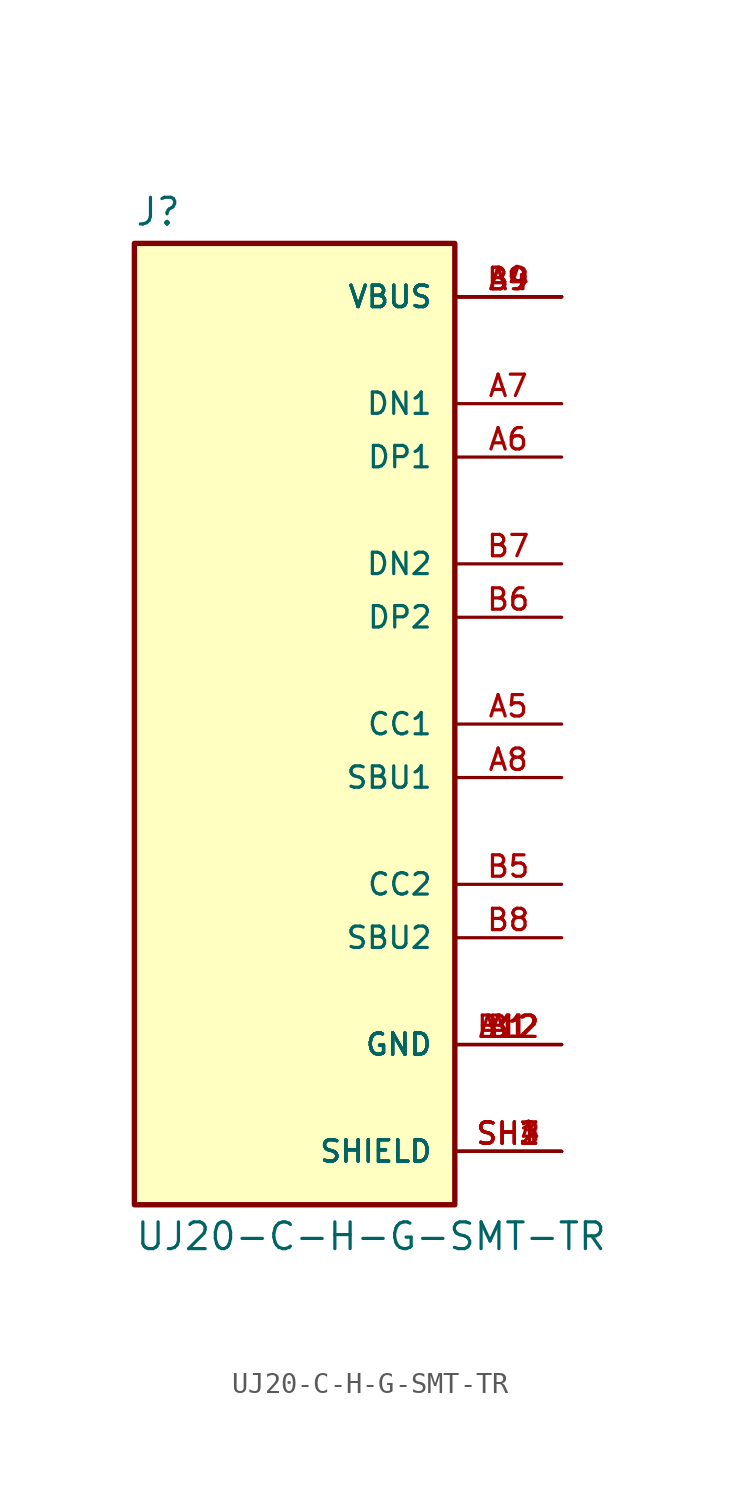
<source format=kicad_sym>
(kicad_symbol_lib
  (version 20211014)
  (generator kicad_symbol_editor)
  (symbol "UJ20-C-H-G-SMT-TR"
    (pin_names
      (offset 1.016))
    (property "Reference" "J"
      (at -7.62 23.622 0)
      (effects (font (size 1.27 1.27)) (justify bottom left)))
    (property "Value" "UJ20-C-H-G-SMT-TR"
      (at -7.62 -23.622 0)
      (effects (font (size 1.27 1.27)) (justify top left)))
    (symbol "UJ20-C-H-G-SMT-TR_0_0"
      (rectangle (start -7.62 -22.86) (end 7.62 22.86) (stroke (width 0.254)) (fill (type background)))
      (pin power_in line (at 12.7 20.32 180.0) (length 5.08) (name "VBUS" (effects (font (size 1.016 1.016)))) (number "A4" (effects (font (size 1.016 1.016)))))
      (pin power_in line (at 12.7 20.32 180.0) (length 5.08) (name "VBUS" (effects (font (size 1.016 1.016)))) (number "A9" (effects (font (size 1.016 1.016)))))
      (pin power_in line (at 12.7 20.32 180.0) (length 5.08) (name "VBUS" (effects (font (size 1.016 1.016)))) (number "B4" (effects (font (size 1.016 1.016)))))
      (pin power_in line (at 12.7 20.32 180.0) (length 5.08) (name "VBUS" (effects (font (size 1.016 1.016)))) (number "B9" (effects (font (size 1.016 1.016)))))
      (pin passive line (at 12.7 -20.32 180.0) (length 5.08) (name "SHIELD" (effects (font (size 1.016 1.016)))) (number "SH1" (effects (font (size 1.016 1.016)))))
      (pin passive line (at 12.7 -20.32 180.0) (length 5.08) (name "SHIELD" (effects (font (size 1.016 1.016)))) (number "SH2" (effects (font (size 1.016 1.016)))))
      (pin passive line (at 12.7 -20.32 180.0) (length 5.08) (name "SHIELD" (effects (font (size 1.016 1.016)))) (number "SH3" (effects (font (size 1.016 1.016)))))
      (pin passive line (at 12.7 -20.32 180.0) (length 5.08) (name "SHIELD" (effects (font (size 1.016 1.016)))) (number "SH4" (effects (font (size 1.016 1.016)))))
      (pin bidirectional line (at 12.7 15.24 180.0) (length 5.08) (name "DN1" (effects (font (size 1.016 1.016)))) (number "A7" (effects (font (size 1.016 1.016)))))
      (pin bidirectional line (at 12.7 12.7 180.0) (length 5.08) (name "DP1" (effects (font (size 1.016 1.016)))) (number "A6" (effects (font (size 1.016 1.016)))))
      (pin bidirectional line (at 12.7 7.62 180.0) (length 5.08) (name "DN2" (effects (font (size 1.016 1.016)))) (number "B7" (effects (font (size 1.016 1.016)))))
      (pin bidirectional line (at 12.7 5.08 180.0) (length 5.08) (name "DP2" (effects (font (size 1.016 1.016)))) (number "B6" (effects (font (size 1.016 1.016)))))
      (pin power_in line (at 12.7 -15.24 180.0) (length 5.08) (name "GND" (effects (font (size 1.016 1.016)))) (number "A1" (effects (font (size 1.016 1.016)))))
      (pin power_in line (at 12.7 -15.24 180.0) (length 5.08) (name "GND" (effects (font (size 1.016 1.016)))) (number "A12" (effects (font (size 1.016 1.016)))))
      (pin power_in line (at 12.7 -15.24 180.0) (length 5.08) (name "GND" (effects (font (size 1.016 1.016)))) (number "B1" (effects (font (size 1.016 1.016)))))
      (pin power_in line (at 12.7 -15.24 180.0) (length 5.08) (name "GND" (effects (font (size 1.016 1.016)))) (number "B12" (effects (font (size 1.016 1.016)))))
      (pin bidirectional line (at 12.7 0.0 180.0) (length 5.08) (name "CC1" (effects (font (size 1.016 1.016)))) (number "A5" (effects (font (size 1.016 1.016)))))
      (pin bidirectional line (at 12.7 -2.54 180.0) (length 5.08) (name "SBU1" (effects (font (size 1.016 1.016)))) (number "A8" (effects (font (size 1.016 1.016)))))
      (pin bidirectional line (at 12.7 -7.62 180.0) (length 5.08) (name "CC2" (effects (font (size 1.016 1.016)))) (number "B5" (effects (font (size 1.016 1.016)))))
      (pin bidirectional line (at 12.7 -10.16 180.0) (length 5.08) (name "SBU2" (effects (font (size 1.016 1.016)))) (number "B8" (effects (font (size 1.016 1.016))))))))
</source>
